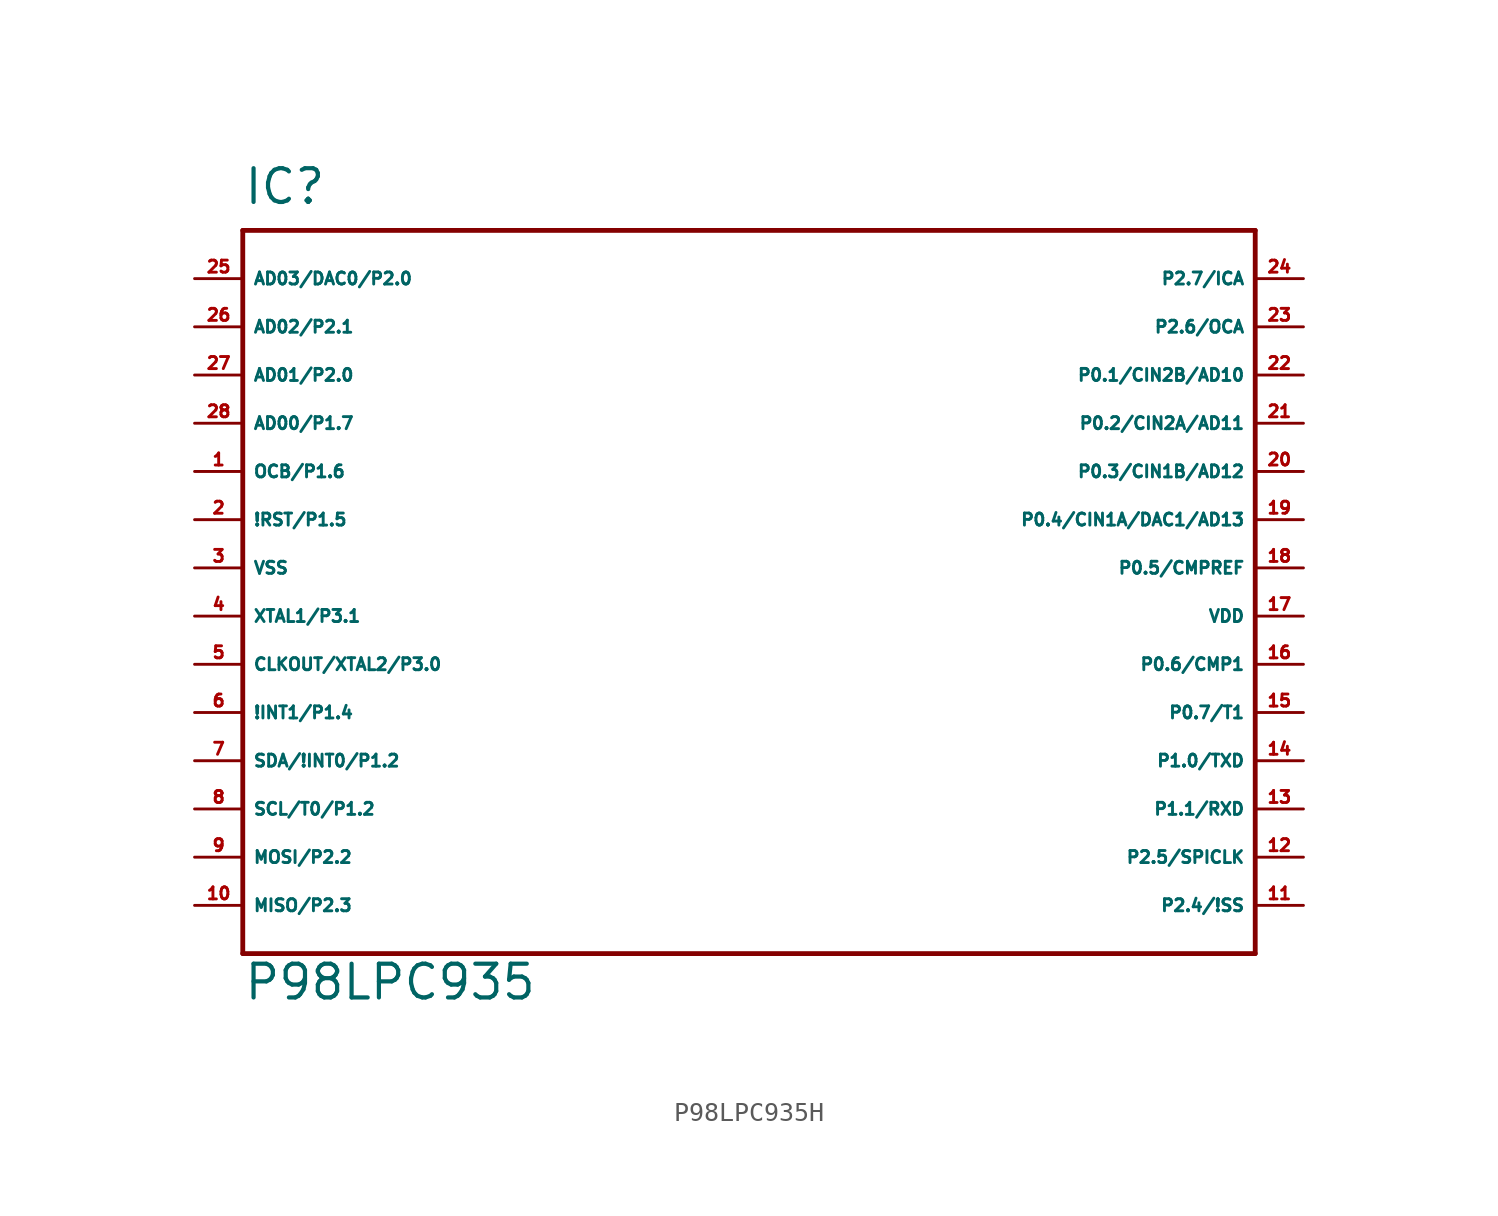
<source format=kicad_sym>
(kicad_symbol_lib
  (version 20220914)
  (generator Eagle2Kicad)
  (symbol "P98LPC935H"
    (property "Reference" "IC"
      (at -27.94 21.59 0)
      (effects (font (size 1.778 1.778) (thickness 0.22)) (justify left bottom)))
    (property "Value" "P98LPC935"
      (at -27.94 -20.32 0)
      (effects (font (size 1.778 1.778) (thickness 0.22)) (justify left bottom)))
    (polyline
      (pts (xy -27.94 20.32) (xy 25.4 20.32))
      (stroke (width 0.254) (type default))
      (fill (type none)))
    (polyline
      (pts (xy 25.4 20.32) (xy 25.4 -17.78))
      (stroke (width 0.254) (type default))
      (fill (type none)))
    (polyline
      (pts (xy 25.4 -17.78) (xy -27.94 -17.78))
      (stroke (width 0.254) (type default))
      (fill (type none)))
    (polyline
      (pts (xy -27.94 -17.78) (xy -27.94 20.32))
      (stroke (width 0.254) (type default))
      (fill (type none)))
    (pin bidirectional line
      (at -30.48 17.78 0)
      (length 2.54)
      (name "AD03/DAC0/P2.0" (effects (font (size 0.635 0.635) (thickness 0.08)) (justify left bottom)))
      (number "25" (effects (font (size 0.635 0.635) (thickness 0.08)) (justify left bottom))))
    (pin bidirectional line
      (at -30.48 15.24 0)
      (length 2.54)
      (name "AD02/P2.1" (effects (font (size 0.635 0.635) (thickness 0.08)) (justify left bottom)))
      (number "26" (effects (font (size 0.635 0.635) (thickness 0.08)) (justify left bottom))))
    (pin bidirectional line
      (at -30.48 12.7 0)
      (length 2.54)
      (name "AD01/P2.0" (effects (font (size 0.635 0.635) (thickness 0.08)) (justify left bottom)))
      (number "27" (effects (font (size 0.635 0.635) (thickness 0.08)) (justify left bottom))))
    (pin bidirectional line
      (at -30.48 10.16 0)
      (length 2.54)
      (name "AD00/P1.7" (effects (font (size 0.635 0.635) (thickness 0.08)) (justify left bottom)))
      (number "28" (effects (font (size 0.635 0.635) (thickness 0.08)) (justify left bottom))))
    (pin bidirectional line
      (at -30.48 7.62 0)
      (length 2.54)
      (name "OCB/P1.6" (effects (font (size 0.635 0.635) (thickness 0.08)) (justify left bottom)))
      (number "1" (effects (font (size 0.635 0.635) (thickness 0.08)) (justify left bottom))))
    (pin bidirectional line
      (at -30.48 2.54 0)
      (length 2.54)
      (name "VSS" (effects (font (size 0.635 0.635) (thickness 0.08)) (justify left bottom)))
      (number "3" (effects (font (size 0.635 0.635) (thickness 0.08)) (justify left bottom))))
    (pin bidirectional line
      (at -30.48 0 0)
      (length 2.54)
      (name "XTAL1/P3.1" (effects (font (size 0.635 0.635) (thickness 0.08)) (justify left bottom)))
      (number "4" (effects (font (size 0.635 0.635) (thickness 0.08)) (justify left bottom))))
    (pin bidirectional line
      (at -30.48 -2.54 0)
      (length 2.54)
      (name "CLKOUT/XTAL2/P3.0" (effects (font (size 0.635 0.635) (thickness 0.08)) (justify left bottom)))
      (number "5" (effects (font (size 0.635 0.635) (thickness 0.08)) (justify left bottom))))
    (pin bidirectional line
      (at -30.48 -5.08 0)
      (length 2.54)
      (name "!INT1/P1.4" (effects (font (size 0.635 0.635) (thickness 0.08)) (justify left bottom)))
      (number "6" (effects (font (size 0.635 0.635) (thickness 0.08)) (justify left bottom))))
    (pin bidirectional line
      (at -30.48 -7.62 0)
      (length 2.54)
      (name "SDA/!INT0/P1.2" (effects (font (size 0.635 0.635) (thickness 0.08)) (justify left bottom)))
      (number "7" (effects (font (size 0.635 0.635) (thickness 0.08)) (justify left bottom))))
    (pin bidirectional line
      (at -30.48 -10.16 0)
      (length 2.54)
      (name "SCL/T0/P1.2" (effects (font (size 0.635 0.635) (thickness 0.08)) (justify left bottom)))
      (number "8" (effects (font (size 0.635 0.635) (thickness 0.08)) (justify left bottom))))
    (pin bidirectional line
      (at -30.48 -12.7 0)
      (length 2.54)
      (name "MOSI/P2.2" (effects (font (size 0.635 0.635) (thickness 0.08)) (justify left bottom)))
      (number "9" (effects (font (size 0.635 0.635) (thickness 0.08)) (justify left bottom))))
    (pin bidirectional line
      (at -30.48 -15.24 0)
      (length 2.54)
      (name "MISO/P2.3" (effects (font (size 0.635 0.635) (thickness 0.08)) (justify left bottom)))
      (number "10" (effects (font (size 0.635 0.635) (thickness 0.08)) (justify left bottom))))
    (pin bidirectional line
      (at 27.94 -15.24 180)
      (length 2.54)
      (name "P2.4/!SS" (effects (font (size 0.635 0.635) (thickness 0.08)) (justify left bottom)))
      (number "11" (effects (font (size 0.635 0.635) (thickness 0.08)) (justify left bottom))))
    (pin bidirectional line
      (at 27.94 -12.7 180)
      (length 2.54)
      (name "P2.5/SPICLK" (effects (font (size 0.635 0.635) (thickness 0.08)) (justify left bottom)))
      (number "12" (effects (font (size 0.635 0.635) (thickness 0.08)) (justify left bottom))))
    (pin bidirectional line
      (at 27.94 -10.16 180)
      (length 2.54)
      (name "P1.1/RXD" (effects (font (size 0.635 0.635) (thickness 0.08)) (justify left bottom)))
      (number "13" (effects (font (size 0.635 0.635) (thickness 0.08)) (justify left bottom))))
    (pin bidirectional line
      (at 27.94 -7.62 180)
      (length 2.54)
      (name "P1.0/TXD" (effects (font (size 0.635 0.635) (thickness 0.08)) (justify left bottom)))
      (number "14" (effects (font (size 0.635 0.635) (thickness 0.08)) (justify left bottom))))
    (pin bidirectional line
      (at 27.94 -5.08 180)
      (length 2.54)
      (name "P0.7/T1" (effects (font (size 0.635 0.635) (thickness 0.08)) (justify left bottom)))
      (number "15" (effects (font (size 0.635 0.635) (thickness 0.08)) (justify left bottom))))
    (pin bidirectional line
      (at 27.94 -2.54 180)
      (length 2.54)
      (name "P0.6/CMP1" (effects (font (size 0.635 0.635) (thickness 0.08)) (justify left bottom)))
      (number "16" (effects (font (size 0.635 0.635) (thickness 0.08)) (justify left bottom))))
    (pin bidirectional line
      (at 27.94 0 180)
      (length 2.54)
      (name "VDD" (effects (font (size 0.635 0.635) (thickness 0.08)) (justify left bottom)))
      (number "17" (effects (font (size 0.635 0.635) (thickness 0.08)) (justify left bottom))))
    (pin bidirectional line
      (at 27.94 2.54 180)
      (length 2.54)
      (name "P0.5/CMPREF" (effects (font (size 0.635 0.635) (thickness 0.08)) (justify left bottom)))
      (number "18" (effects (font (size 0.635 0.635) (thickness 0.08)) (justify left bottom))))
    (pin bidirectional line
      (at 27.94 5.08 180)
      (length 2.54)
      (name "P0.4/CIN1A/DAC1/AD13" (effects (font (size 0.635 0.635) (thickness 0.08)) (justify left bottom)))
      (number "19" (effects (font (size 0.635 0.635) (thickness 0.08)) (justify left bottom))))
    (pin bidirectional line
      (at 27.94 7.62 180)
      (length 2.54)
      (name "P0.3/CIN1B/AD12" (effects (font (size 0.635 0.635) (thickness 0.08)) (justify left bottom)))
      (number "20" (effects (font (size 0.635 0.635) (thickness 0.08)) (justify left bottom))))
    (pin bidirectional line
      (at 27.94 10.16 180)
      (length 2.54)
      (name "P0.2/CIN2A/AD11" (effects (font (size 0.635 0.635) (thickness 0.08)) (justify left bottom)))
      (number "21" (effects (font (size 0.635 0.635) (thickness 0.08)) (justify left bottom))))
    (pin bidirectional line
      (at 27.94 12.7 180)
      (length 2.54)
      (name "P0.1/CIN2B/AD10" (effects (font (size 0.635 0.635) (thickness 0.08)) (justify left bottom)))
      (number "22" (effects (font (size 0.635 0.635) (thickness 0.08)) (justify left bottom))))
    (pin bidirectional line
      (at 27.94 15.24 180)
      (length 2.54)
      (name "P2.6/OCA" (effects (font (size 0.635 0.635) (thickness 0.08)) (justify left bottom)))
      (number "23" (effects (font (size 0.635 0.635) (thickness 0.08)) (justify left bottom))))
    (pin bidirectional line
      (at 27.94 17.78 180)
      (length 2.54)
      (name "P2.7/ICA" (effects (font (size 0.635 0.635) (thickness 0.08)) (justify left bottom)))
      (number "24" (effects (font (size 0.635 0.635) (thickness 0.08)) (justify left bottom))))
    (pin bidirectional line
      (at -30.48 5.08 0)
      (length 2.54)
      (name "!RST/P1.5" (effects (font (size 0.635 0.635) (thickness 0.08)) (justify left bottom)))
      (number "2" (effects (font (size 0.635 0.635) (thickness 0.08)) (justify left bottom))))))
</source>
